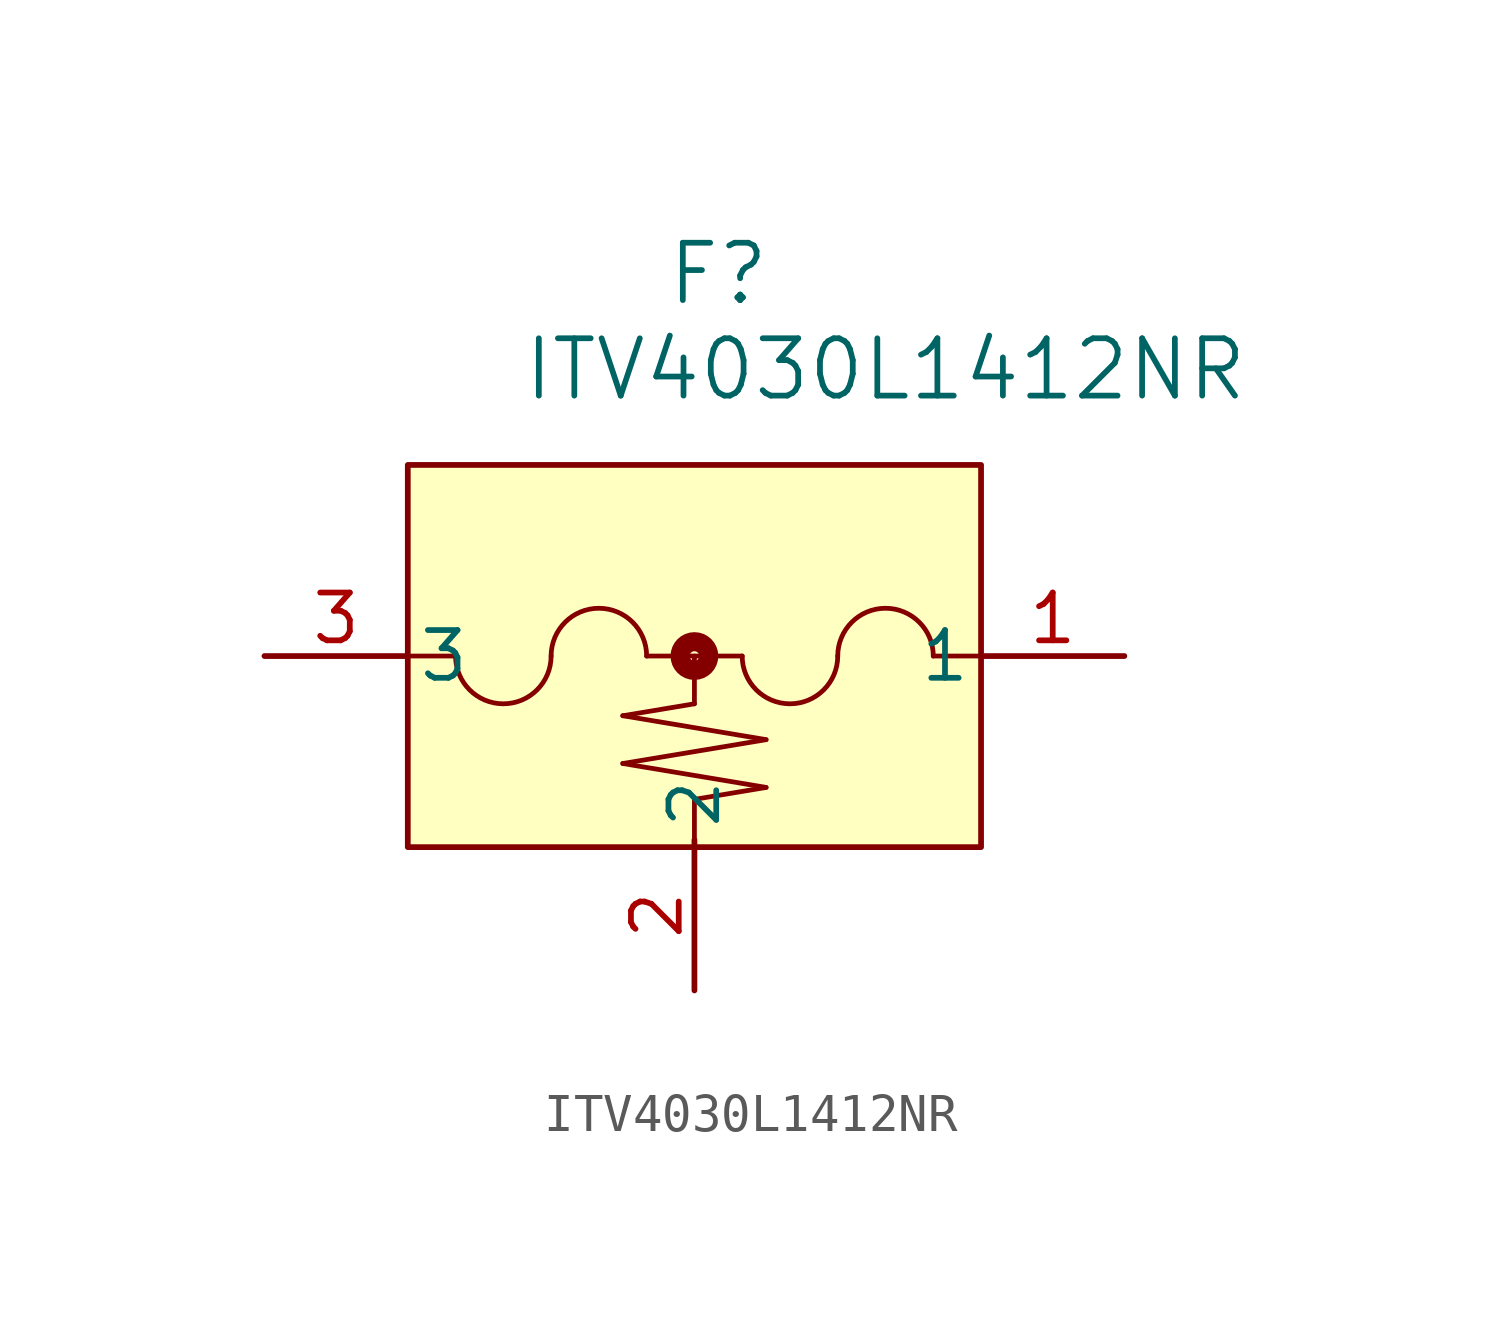
<source format=kicad_sym>
(kicad_symbol_lib
  (version 20220914)
  (generator kicad_symbol_editor)
  (symbol "ITV4030L1412NR"
    (pin_names
      (offset 0.254))
    (property "Reference" "F"
      (at 15.875 10.16 0)
      (effects (font (size 1.524 1.524))))
    (property "Value" "ITV4030L1412NR"
      (at 20.32 7.62 0)
      (effects (font (size 1.524 1.524))))
    (symbol "ITV4030L1412NR_0_1"
      (polyline (pts (xy 7.62 0) (xy 8.89 0)) (stroke (width 0.127) (type default)) (fill (type none)))
      (polyline (pts (xy 13.335 -2.857) (xy 17.145 -3.493)) (stroke (width 0.127) (type default)) (fill (type none)))
      (polyline (pts (xy 13.335 -1.587) (xy 17.145 -2.223)) (stroke (width 0.127) (type default)) (fill (type none)))
      (polyline (pts (xy 13.97 0) (xy 16.51 0)) (stroke (width 0.127) (type default)) (fill (type none)))
      (polyline (pts (xy 15.24 -3.81) (xy 15.24 -5.08)) (stroke (width 0.127) (type default)) (fill (type none)))
      (polyline (pts (xy 15.24 -1.27) (xy 13.335 -1.587)) (stroke (width 0.127) (type default)) (fill (type none)))
      (polyline (pts (xy 15.24 -1.27) (xy 15.24 0)) (stroke (width 0.127) (type default)) (fill (type none)))
      (polyline (pts (xy 17.145 -3.493) (xy 15.24 -3.81)) (stroke (width 0.127) (type default)) (fill (type none)))
      (polyline (pts (xy 17.145 -2.223) (xy 13.335 -2.857)) (stroke (width 0.127) (type default)) (fill (type none)))
      (polyline (pts (xy 22.86 0) (xy 21.59 0)) (stroke (width 0.127) (type default)) (fill (type none)))
      (arc (start 8.89 0) (mid 10.16 -1.2645) (end 11.43 0) (stroke (width 0.127) (type default)) (fill (type none)))
      (arc (start 13.97 0) (mid 12.7 1.2645) (end 11.43 0) (stroke (width 0.127) (type default)) (fill (type none)))
      (circle (center 15.24 0) (radius 0.127) (stroke (width 0.508) (type default)) (fill (type none)))
      (arc (start 16.51 0) (mid 17.78 -1.2645) (end 19.05 0) (stroke (width 0.127) (type default)) (fill (type none)))
      (arc (start 21.59 0) (mid 20.32 1.2645) (end 19.05 0) (stroke (width 0.127) (type default)) (fill (type none))))
    (symbol "ITV4030L1412NR_1_1"
      (rectangle (start 7.62 5.08) (end 22.86 -5.08) (stroke (width 0) (type default)) (fill (type background)))
      (pin unspecified line (at 26.67 0 180) (length 3.81) (name "1" (effects (font (size 1.27 1.27)))) (number "1" (effects (font (size 1.27 1.27)))))
      (pin unspecified line (at 15.24 -8.89 90) (length 4) (name "2" (effects (font (size 1.27 1.27)))) (number "2" (effects (font (size 1.27 1.27)))))
      (pin unspecified line (at 3.81 0 0) (length 3.81) (name "3" (effects (font (size 1.27 1.27)))) (number "3" (effects (font (size 1.27 1.27))))))))
</source>
